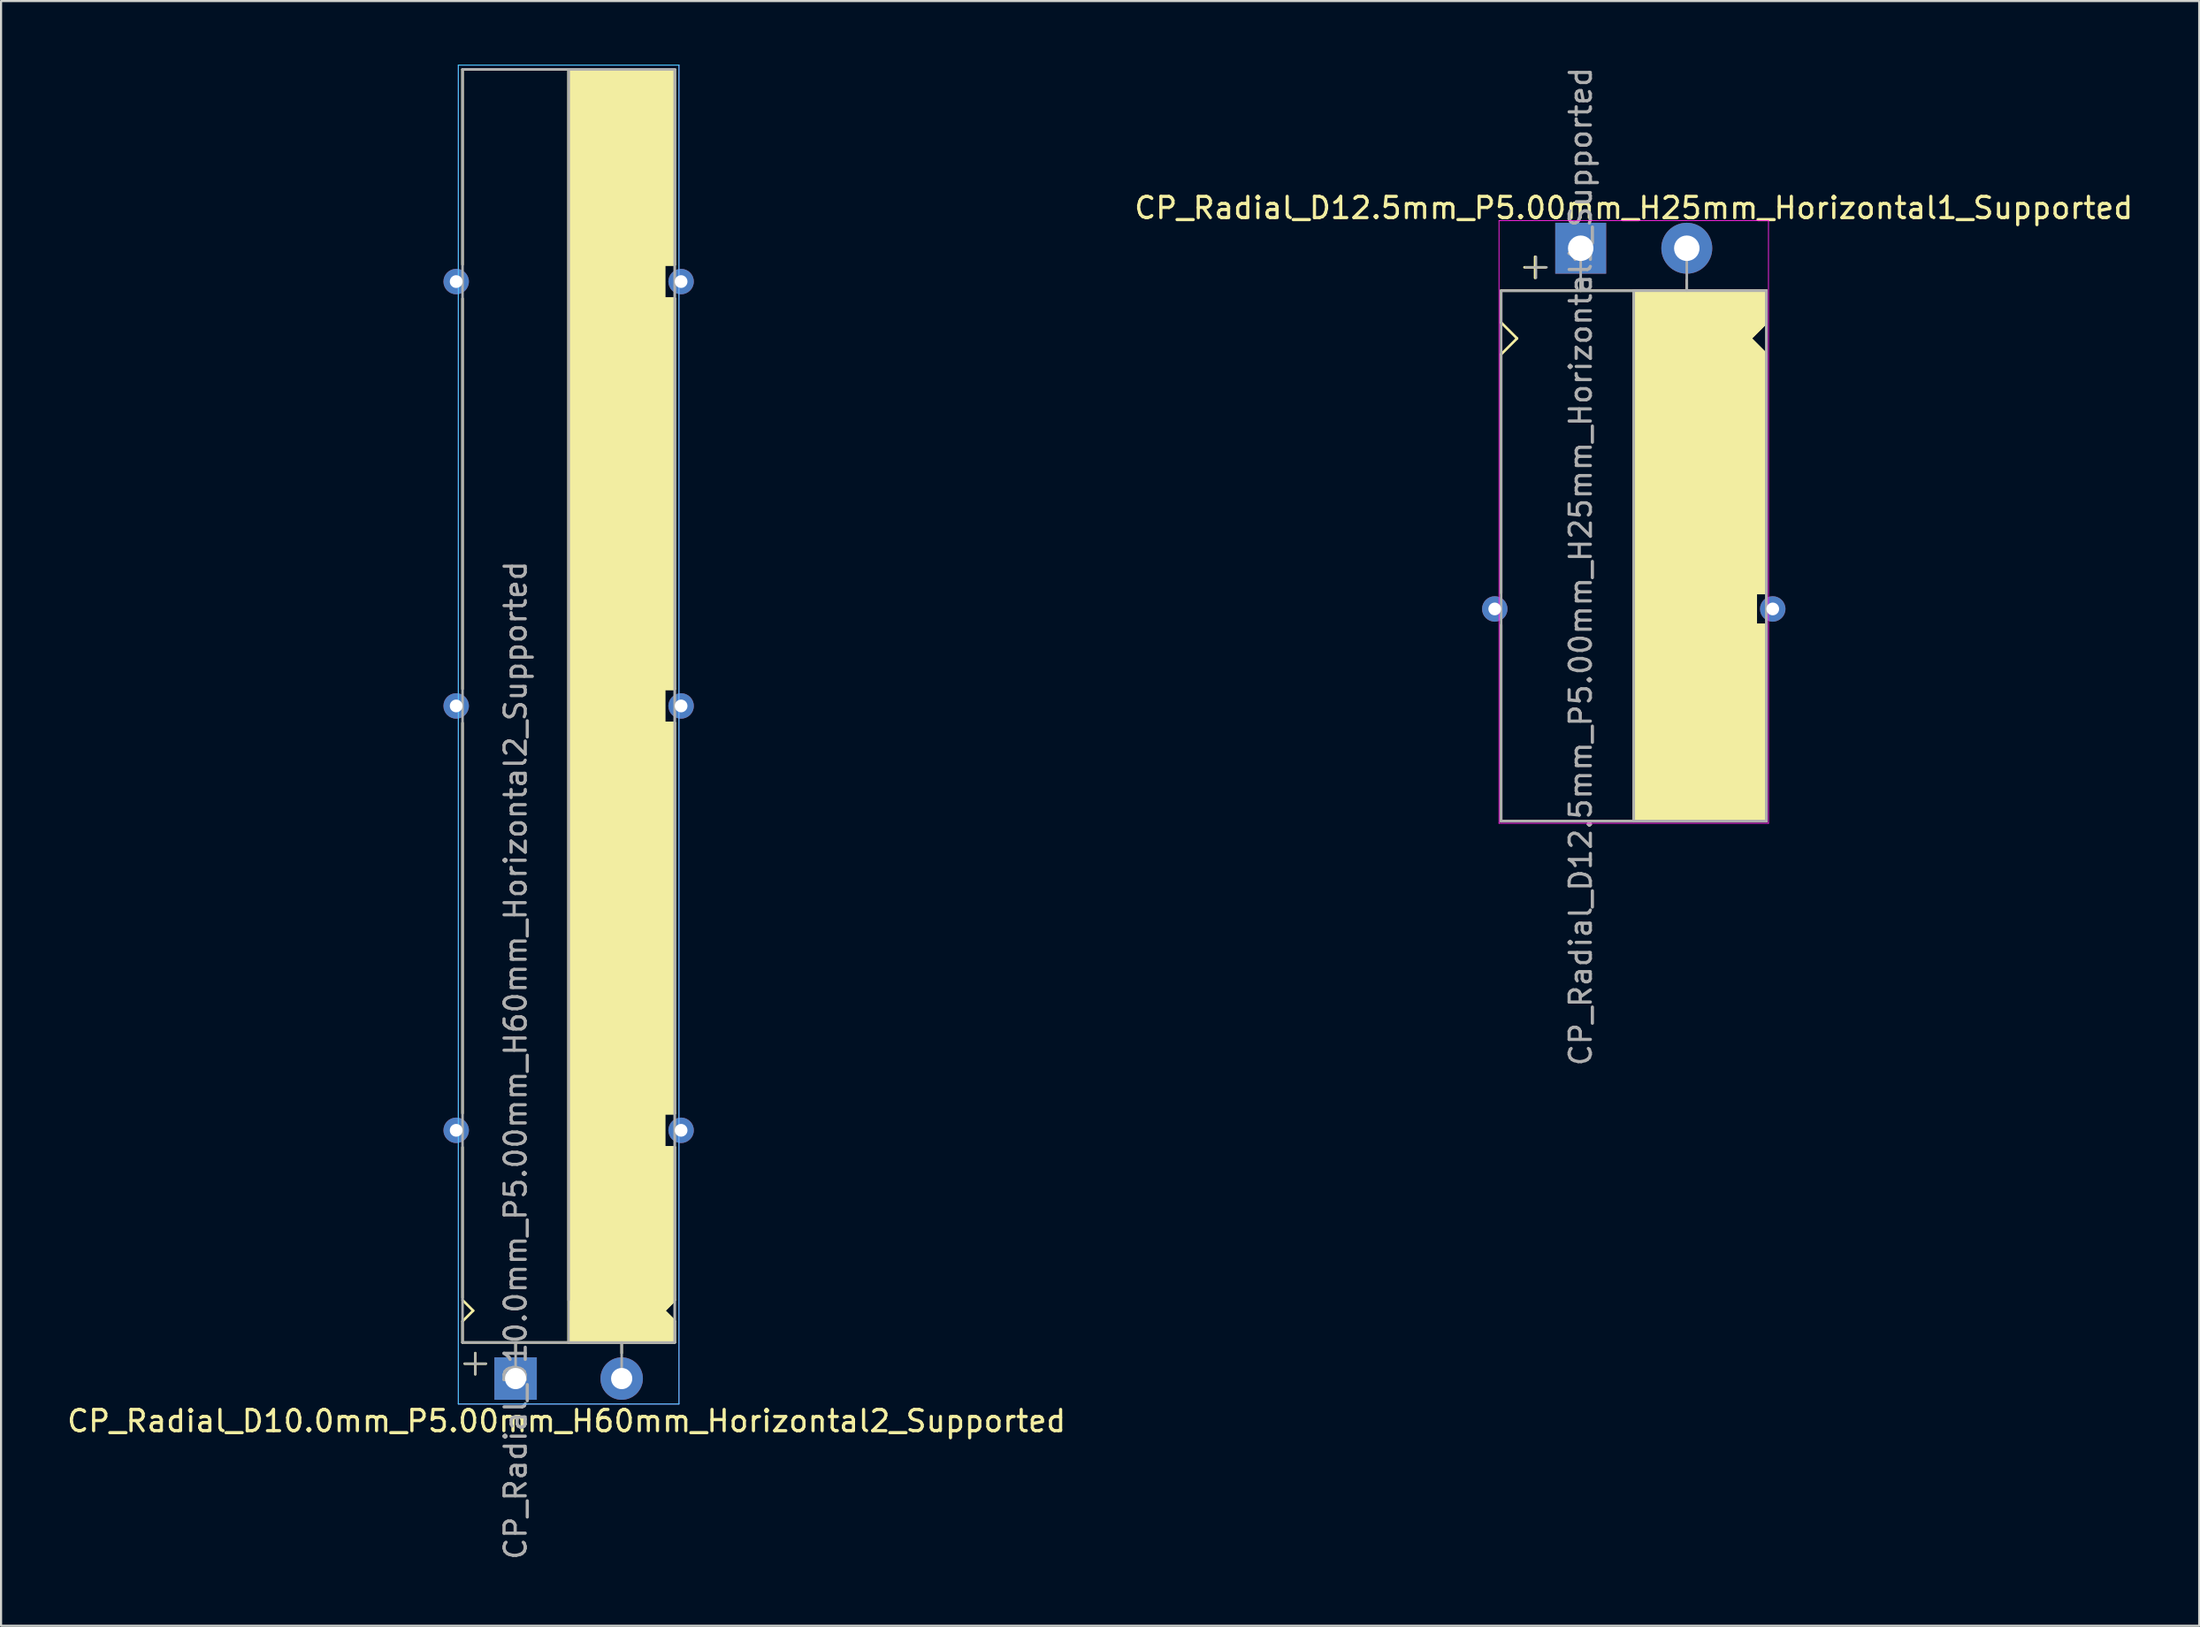
<source format=kicad_pcb>
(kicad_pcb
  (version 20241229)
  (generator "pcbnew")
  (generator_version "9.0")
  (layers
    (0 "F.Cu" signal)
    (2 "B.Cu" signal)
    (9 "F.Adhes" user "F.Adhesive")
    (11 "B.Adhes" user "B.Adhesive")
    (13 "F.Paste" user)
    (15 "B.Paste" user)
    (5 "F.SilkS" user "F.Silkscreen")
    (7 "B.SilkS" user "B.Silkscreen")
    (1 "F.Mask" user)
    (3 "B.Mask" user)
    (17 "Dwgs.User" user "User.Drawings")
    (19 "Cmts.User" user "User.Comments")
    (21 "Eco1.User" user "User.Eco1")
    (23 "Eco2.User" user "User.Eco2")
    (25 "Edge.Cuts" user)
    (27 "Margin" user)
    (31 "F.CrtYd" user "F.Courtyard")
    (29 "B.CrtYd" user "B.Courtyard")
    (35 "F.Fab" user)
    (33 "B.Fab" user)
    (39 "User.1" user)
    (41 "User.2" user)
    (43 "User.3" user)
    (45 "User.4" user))
  (footprint "CP_Radial_D10.0mm_P5.00mm_H60mm_Horizontal2_Supported"
    (layer "F.Cu")
    (at 21.249 61.92)
    (property "Reference" "CP_Radial_D10.0mm_P5.00mm_H60mm_Horizontal2_Supported" (at 2.4 2 0) (layer "F.SilkS") (effects (font (size 1 1) (thickness 0.15))))
    (attr through_hole)
    (fp_line (start -2.5 -61.7) (end 7.5 -61.7) (stroke (width 0.12) (type solid)) (layer "F.SilkS"))
    (fp_line (start -2.5 -52.5) (end -2.5 -61.7) (stroke (width 0.12) (type solid)) (layer "F.SilkS"))
    (fp_line (start -2.5 -50.9) (end -2.5 -32.5) (stroke (width 0.12) (type solid)) (layer "F.SilkS"))
    (fp_line (start -2.5 -12.5) (end -2.5 -30.9) (stroke (width 0.12) (type solid)) (layer "F.SilkS"))
    (fp_line (start -2.5 -3.8) (end -2.5 -10.9) (stroke (width 0.12) (type solid)) (layer "F.SilkS"))
    (fp_line (start -2.5 -2.7) (end -2 -3.2) (stroke (width 0.12) (type solid)) (layer "F.SilkS"))
    (fp_line (start -2.5 -1.7) (end -2.5 -2.7) (stroke (width 0.12) (type solid)) (layer "F.SilkS"))
    (fp_line (start -2 -3.2) (end -2.5 -3.7) (stroke (width 0.12) (type solid)) (layer "F.SilkS"))
    (fp_line (start -1.9 -1.2) (end -1.9 -0.2) (stroke (width 0.12) (type solid)) (layer "F.SilkS"))
    (fp_line (start -1.4 -0.7) (end -2.4 -0.7) (stroke (width 0.12) (type solid)) (layer "F.SilkS"))
    (fp_line (start 0 -1.7) (end 0 -1.2) (stroke (width 0.12) (type solid)) (layer "F.SilkS"))
    (fp_line (start 2.5 -61.7) (end 2.5 -1.7) (stroke (width 0.12) (type solid)) (layer "F.SilkS"))
    (fp_line (start 2.5 -1.7) (end -2.5 -1.7) (stroke (width 0.12) (type solid)) (layer "F.SilkS"))
    (fp_line (start 5 -1.7) (end 5 -1.2) (stroke (width 0.12) (type solid)) (layer "F.SilkS"))
    (fp_line (start 7 -52.5) (end 7.5 -52.5) (stroke (width 0.12) (type solid)) (layer "F.SilkS"))
    (fp_line (start 7 -50.9) (end 7 -52.5) (stroke (width 0.12) (type solid)) (layer "F.SilkS"))
    (fp_line (start 7 -32.5) (end 7.5 -32.5) (stroke (width 0.12) (type solid)) (layer "F.SilkS"))
    (fp_line (start 7 -30.9) (end 7 -32.5) (stroke (width 0.12) (type solid)) (layer "F.SilkS"))
    (fp_line (start 7 -12.5) (end 7.5 -12.5) (stroke (width 0.12) (type solid)) (layer "F.SilkS"))
    (fp_line (start 7 -10.9) (end 7 -12.5) (stroke (width 0.12) (type solid)) (layer "F.SilkS"))
    (fp_line (start 7 -3.2) (end 7.5 -3.7) (stroke (width 0.12) (type solid)) (layer "F.SilkS"))
    (fp_line (start 7.5 -52.5) (end 7.5 -61.7) (stroke (width 0.12) (type solid)) (layer "F.SilkS"))
    (fp_line (start 7.5 -50.9) (end 7 -50.9) (stroke (width 0.12) (type solid)) (layer "F.SilkS"))
    (fp_line (start 7.5 -50.9) (end 7.5 -32.5) (stroke (width 0.12) (type solid)) (layer "F.SilkS"))
    (fp_line (start 7.5 -30.9) (end 7 -30.9) (stroke (width 0.12) (type solid)) (layer "F.SilkS"))
    (fp_line (start 7.5 -12.5) (end 7.5 -30.9) (stroke (width 0.12) (type solid)) (layer "F.SilkS"))
    (fp_line (start 7.5 -10.9) (end 7 -10.9) (stroke (width 0.12) (type solid)) (layer "F.SilkS"))
    (fp_line (start 7.5 -3.7) (end 7.5 -10.9) (stroke (width 0.12) (type solid)) (layer "F.SilkS"))
    (fp_line (start 7.5 -2.7) (end 7 -3.2) (stroke (width 0.12) (type solid)) (layer "F.SilkS"))
    (fp_line (start 7.5 -1.7) (end 2.5 -1.7) (stroke (width 0.12) (type solid)) (layer "F.SilkS"))
    (fp_line (start 7.5 -1.7) (end 7.5 -2.7) (stroke (width 0.12) (type solid)) (layer "F.SilkS"))
    (fp_poly (pts (xy 7.5 -2.7) (xy 7 -3.2) (xy 7.5 -3.7) (xy 7.5 -10.9) (xy 7 -10.9) (xy 7 -12.5) (xy 7.5 -12.5) (xy 7.5 -30.9) (xy 7 -30.9) (xy 7 -32.5) (xy 7.5 -32.5) (xy 7.5 -50.9) (xy 7 -50.9) (xy 7 -52.5) (xy 7.5 -52.5) (xy 7.5 -61.7) (xy 2.5 -61.7) (xy 2.5 -1.7) (xy 7.5 -1.7)) (stroke (width 0.1) (type solid)) (fill yes) (layer "F.SilkS"))
    (fp_line (start -2.7 -61.9) (end -2.7 1.2) (stroke (width 0.04) (type solid)) (layer "B.CrtYd"))
    (fp_line (start -2.7 1.2) (end 5.3 1.2) (stroke (width 0.04) (type solid)) (layer "B.CrtYd"))
    (fp_line (start 5.3 1.2) (end 7.7 1.2) (stroke (width 0.04) (type solid)) (layer "B.CrtYd"))
    (fp_line (start 7.7 -61.9) (end -2.7 -61.9) (stroke (width 0.04) (type solid)) (layer "B.CrtYd"))
    (fp_line (start 7.7 1.2) (end 7.7 -61.9) (stroke (width 0.04) (type solid)) (layer "B.CrtYd"))
    (fp_line (start -2.7 -61.9) (end -2.7 1.2) (stroke (width 0.04) (type solid)) (layer "F.CrtYd"))
    (fp_line (start -2.7 1.2) (end 5.3 1.2) (stroke (width 0.04) (type solid)) (layer "F.CrtYd"))
    (fp_line (start 5.3 1.2) (end 7.7 1.2) (stroke (width 0.04) (type solid)) (layer "F.CrtYd"))
    (fp_line (start 7.7 -61.9) (end -2.7 -61.9) (stroke (width 0.04) (type solid)) (layer "F.CrtYd"))
    (fp_line (start 7.7 1.2) (end 7.7 -61.9) (stroke (width 0.04) (type solid)) (layer "F.CrtYd"))
    (fp_line (start -2.5 -61.7) (end 7.5 -61.7) (stroke (width 0.12) (type solid)) (layer "F.Fab"))
    (fp_line (start -2.5 -1.7) (end -2.5 -61.7) (stroke (width 0.12) (type solid)) (layer "F.Fab"))
    (fp_line (start -2.4 -0.7) (end -1.4 -0.7) (stroke (width 0.1) (type solid)) (layer "F.Fab"))
    (fp_line (start -1.9 -0.2) (end -1.9 -1.2) (stroke (width 0.1) (type solid)) (layer "F.Fab"))
    (fp_line (start 0 -1.7) (end 0 0) (stroke (width 0.12) (type solid)) (layer "F.Fab"))
    (fp_line (start 2.5 -3.7) (end 2.5 -61.7) (stroke (width 0.12) (type solid)) (layer "F.Fab"))
    (fp_line (start 5 -1.7) (end 5 0) (stroke (width 0.12) (type solid)) (layer "F.Fab"))
    (fp_line (start 7.5 -61.7) (end 7.5 -1.7) (stroke (width 0.12) (type solid)) (layer "F.Fab"))
    (fp_line (start 7.5 -1.7) (end -2.5 -1.7) (stroke (width 0.12) (type solid)) (layer "F.Fab"))
    (fp_poly (pts (xy 7.5 -61.7) (xy 2.5 -61.7) (xy 2.5 -1.7) (xy 7.5 -1.7)) (stroke (width 0.1) (type solid)) (fill no) (layer "F.Fab"))
    (fp_text user "${REFERENCE}" (at 0 -15 90) (layer "F.Fab") (effects (font (size 1 1) (thickness 0.15))))
    (pad "" thru_hole circle (at -2.8 -51.7 180) (size 1.2 1.2) (drill 0.6) (layers "*.Cu" "*.Mask"))
    (pad "" thru_hole circle (at -2.8 -31.7) (size 1.2 1.2) (drill 0.6) (layers "*.Cu" "*.Mask"))
    (pad "" thru_hole circle (at -2.8 -11.7) (size 1.2 1.2) (drill 0.6) (layers "*.Cu" "*.Mask"))
    (pad "" thru_hole circle (at 7.8 -51.7 180) (size 1.2 1.2) (drill 0.6) (layers "*.Cu" "*.Mask"))
    (pad "" thru_hole circle (at 7.8 -31.7 180) (size 1.2 1.2) (drill 0.6) (layers "*.Cu" "*.Mask"))
    (pad "" thru_hole circle (at 7.8 -11.7 180) (size 1.2 1.2) (drill 0.6) (layers "*.Cu" "*.Mask"))
    (pad "1" thru_hole rect (at 0 0) (size 2 2) (drill 1) (layers "*.Cu" "*.Mask"))
    (pad "2" thru_hole circle (at 5 0) (size 2 2) (drill 1) (layers "*.Cu" "*.Mask")))
  (footprint "CP_Radial_D12.5mm_P5.00mm_H25mm_Horizontal1_Supported"
    (layer "F.Cu")
    (at 71.446 8.649)
    (property "Reference" "CP_Radial_D12.5mm_P5.00mm_H25mm_Horizontal1_Supported" (at 2.5 -1.9 180) (layer "F.SilkS") (effects (font (size 1 1) (thickness 0.15))))
    (attr through_hole)
    (fp_line (start -3.75 2) (end -3.75 3.5) (stroke (width 0.12) (type solid)) (layer "F.SilkS"))
    (fp_line (start -3.75 3.5) (end -3 4.25) (stroke (width 0.12) (type solid)) (layer "F.SilkS"))
    (fp_line (start -3.75 5) (end -3.75 16.25) (stroke (width 0.12) (type solid)) (layer "F.SilkS"))
    (fp_line (start -3.75 27) (end -3.75 17.75) (stroke (width 0.12) (type solid)) (layer "F.SilkS"))
    (fp_line (start -3 4.25) (end -3.75 5) (stroke (width 0.12) (type solid)) (layer "F.SilkS"))
    (fp_line (start -2.15 0.4) (end -2.15 1.4) (stroke (width 0.12) (type solid)) (layer "F.SilkS"))
    (fp_line (start -1.65 0.9) (end -2.65 0.9) (stroke (width 0.12) (type solid)) (layer "F.SilkS"))
    (fp_line (start 0 1.5) (end 0 2) (stroke (width 0.12) (type solid)) (layer "F.SilkS"))
    (fp_line (start 2.5 2) (end -3.75 2) (stroke (width 0.12) (type solid)) (layer "F.SilkS"))
    (fp_line (start 2.5 2) (end 2.5 27) (stroke (width 0.12) (type solid)) (layer "F.SilkS"))
    (fp_line (start 2.5 2) (end 8.75 2) (stroke (width 0.12) (type solid)) (layer "F.SilkS"))
    (fp_line (start 5 1.5) (end 5 2) (stroke (width 0.12) (type solid)) (layer "F.SilkS"))
    (fp_line (start 8 4.25) (end 8.75 5) (stroke (width 0.12) (type solid)) (layer "F.SilkS"))
    (fp_line (start 8.25 16.25) (end 8.75 16.25) (stroke (width 0.12) (type solid)) (layer "F.SilkS"))
    (fp_line (start 8.25 17.75) (end 8.25 16.25) (stroke (width 0.12) (type solid)) (layer "F.SilkS"))
    (fp_line (start 8.75 2) (end 8.75 3.5) (stroke (width 0.12) (type solid)) (layer "F.SilkS"))
    (fp_line (start 8.75 3.5) (end 8 4.25) (stroke (width 0.12) (type solid)) (layer "F.SilkS"))
    (fp_line (start 8.75 5) (end 8.75 16.25) (stroke (width 0.12) (type solid)) (layer "F.SilkS"))
    (fp_line (start 8.75 17.75) (end 8.25 17.75) (stroke (width 0.12) (type solid)) (layer "F.SilkS"))
    (fp_line (start 8.75 27) (end -3.75 27) (stroke (width 0.12) (type solid)) (layer "F.SilkS"))
    (fp_line (start 8.75 27) (end 8.75 17.75) (stroke (width 0.12) (type solid)) (layer "F.SilkS"))
    (fp_poly (pts (xy 8.75 3.5) (xy 8 4.25) (xy 8.75 5) (xy 8.75 16.25) (xy 8.25 16.25) (xy 8.25 17.75) (xy 8.75 17.75) (xy 8.75 27) (xy 2.5 27) (xy 2.5 2) (xy 8.75 2)) (stroke (width 0.1) (type solid)) (fill yes) (layer "F.SilkS"))
    (fp_line (start -3.85 -1.3) (end 8.85 -1.3) (stroke (width 0.04) (type solid)) (layer "F.CrtYd"))
    (fp_line (start -3.85 27.1) (end -3.85 -1.3) (stroke (width 0.04) (type solid)) (layer "F.CrtYd"))
    (fp_line (start 8.85 -1.3) (end 8.85 27.1) (stroke (width 0.04) (type solid)) (layer "F.CrtYd"))
    (fp_line (start 8.85 27.1) (end -3.85 27.1) (stroke (width 0.04) (type solid)) (layer "F.CrtYd"))
    (fp_line (start -3.75 2) (end -3.75 27) (stroke (width 0.12) (type solid)) (layer "F.Fab"))
    (fp_line (start -3.75 27) (end 8.75 27) (stroke (width 0.12) (type solid)) (layer "F.Fab"))
    (fp_line (start -2.6 0.9) (end -1.6 0.9) (stroke (width 0.1) (type solid)) (layer "F.Fab"))
    (fp_line (start -2.1 1.4) (end -2.1 0.4) (stroke (width 0.1) (type solid)) (layer "F.Fab"))
    (fp_line (start 0 0) (end 0 2) (stroke (width 0.12) (type solid)) (layer "F.Fab"))
    (fp_line (start 0 2) (end -3.75 2) (stroke (width 0.12) (type solid)) (layer "F.Fab"))
    (fp_line (start 2.5 2) (end 2.5 27) (stroke (width 0.12) (type solid)) (layer "F.Fab"))
    (fp_line (start 5 2) (end 5 0) (stroke (width 0.12) (type solid)) (layer "F.Fab"))
    (fp_line (start 8.75 2) (end 0 2) (stroke (width 0.12) (type solid)) (layer "F.Fab"))
    (fp_line (start 8.75 27) (end 8.75 2) (stroke (width 0.12) (type solid)) (layer "F.Fab"))
    (fp_poly (pts (xy 8.75 27) (xy 2.5 27) (xy 2.5 2) (xy 8.75 2)) (stroke (width 0.1) (type solid)) (fill no) (layer "F.Fab"))
    (fp_text user "${REFERENCE}" (at 0 15 90) (layer "F.Fab") (effects (font (size 1 1) (thickness 0.15))))
    (pad "" thru_hole circle (at -4.05 17) (size 1.2 1.2) (drill 0.6) (layers "*.Cu" "*.Mask"))
    (pad "" thru_hole circle (at 9.05 17) (size 1.2 1.2) (drill 0.6) (layers "*.Cu" "*.Mask"))
    (pad "1" thru_hole rect (at 0 0) (size 2.4 2.4) (drill 1.2) (layers "*.Cu" "*.Mask"))
    (pad "2" thru_hole circle (at 5 0) (size 2.4 2.4) (drill 1.2) (layers "*.Cu" "*.Mask")))
  (gr_rect
    (start -3 -3)
    (end 100.595 73.569)
    (stroke (width 0.1) (type default))
    (fill no)
    (layer "Edge.Cuts")))
</source>
